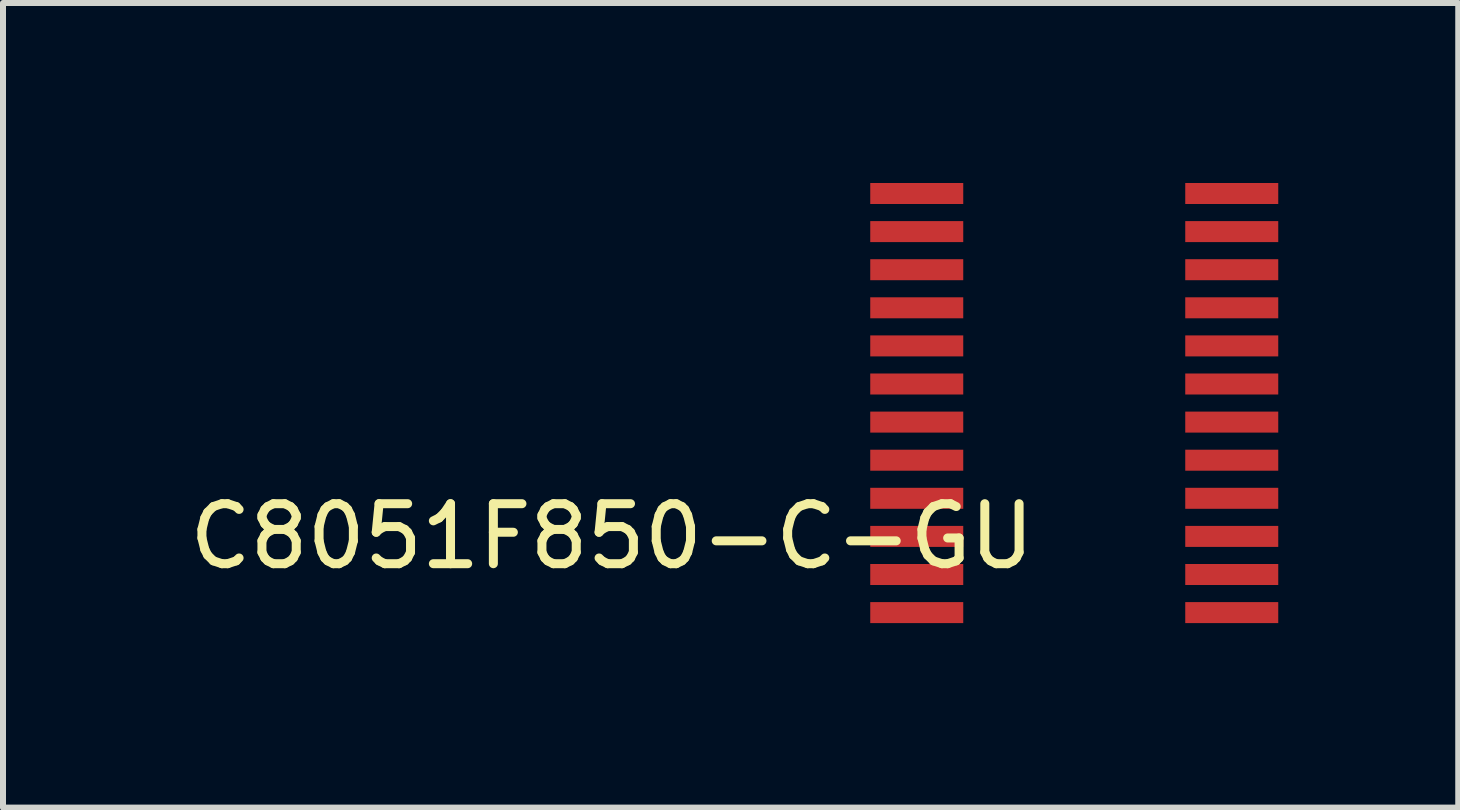
<source format=kicad_pcb>
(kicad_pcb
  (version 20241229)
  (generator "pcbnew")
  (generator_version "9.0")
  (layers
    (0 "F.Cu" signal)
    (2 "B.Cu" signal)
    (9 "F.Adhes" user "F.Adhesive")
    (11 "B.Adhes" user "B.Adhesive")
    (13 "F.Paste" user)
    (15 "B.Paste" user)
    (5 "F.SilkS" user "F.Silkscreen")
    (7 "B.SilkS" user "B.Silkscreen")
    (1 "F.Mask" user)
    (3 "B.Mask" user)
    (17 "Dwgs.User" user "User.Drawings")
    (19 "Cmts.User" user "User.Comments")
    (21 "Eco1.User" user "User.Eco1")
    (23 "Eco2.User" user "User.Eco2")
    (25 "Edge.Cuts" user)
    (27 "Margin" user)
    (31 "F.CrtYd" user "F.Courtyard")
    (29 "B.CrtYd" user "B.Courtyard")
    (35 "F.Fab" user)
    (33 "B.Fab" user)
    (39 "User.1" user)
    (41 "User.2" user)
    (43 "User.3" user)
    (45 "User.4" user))
  (footprint "C8051F850-C-GU"
    (layer "F.Cu")
    (at 12.229 7.16)
    (property "Reference" "C8051F850-C-GU" (at -5.08 -1.27 0) (layer "F.SilkS") (effects (font (size 1 1) (thickness 0.15))))
    (attr through_hole)
    (pad "1" smd rect (at 0 -6.985) (size 1.55 0.35) (layers "F.Cu" "F.Mask" "F.Paste"))
    (pad "2" smd rect (at 0 -6.35) (size 1.55 0.35) (layers "F.Cu" "F.Mask" "F.Paste"))
    (pad "3" smd rect (at 0 -5.715) (size 1.55 0.35) (layers "F.Cu" "F.Mask" "F.Paste"))
    (pad "4" smd rect (at 0 -5.08) (size 1.55 0.35) (layers "F.Cu" "F.Mask" "F.Paste"))
    (pad "5" smd rect (at 0 -4.445) (size 1.55 0.35) (layers "F.Cu" "F.Mask" "F.Paste"))
    (pad "6" smd rect (at 0 -3.81) (size 1.55 0.35) (layers "F.Cu" "F.Mask" "F.Paste"))
    (pad "7" smd rect (at 0 -3.175) (size 1.55 0.35) (layers "F.Cu" "F.Mask" "F.Paste"))
    (pad "8" smd rect (at 0 -2.54) (size 1.55 0.35) (layers "F.Cu" "F.Mask" "F.Paste"))
    (pad "9" smd rect (at 0 -1.905) (size 1.55 0.35) (layers "F.Cu" "F.Mask" "F.Paste"))
    (pad "10" smd rect (at 0 -1.27) (size 1.55 0.35) (layers "F.Cu" "F.Mask" "F.Paste"))
    (pad "11" smd rect (at 0 -0.635) (size 1.55 0.35) (layers "F.Cu" "F.Mask" "F.Paste"))
    (pad "12" smd rect (at 0 0) (size 1.55 0.35) (layers "F.Cu" "F.Mask" "F.Paste"))
    (pad "13" smd rect (at 5.25 0) (size 1.55 0.35) (layers "F.Cu" "F.Mask" "F.Paste"))
    (pad "14" smd rect (at 5.25 -0.635) (size 1.55 0.35) (layers "F.Cu" "F.Mask" "F.Paste"))
    (pad "15" smd rect (at 5.25 -1.27) (size 1.55 0.35) (layers "F.Cu" "F.Mask" "F.Paste"))
    (pad "16" smd rect (at 5.25 -1.905) (size 1.55 0.35) (layers "F.Cu" "F.Mask" "F.Paste"))
    (pad "17" smd rect (at 5.25 -2.54) (size 1.55 0.35) (layers "F.Cu" "F.Mask" "F.Paste"))
    (pad "18" smd rect (at 5.25 -3.175) (size 1.55 0.35) (layers "F.Cu" "F.Mask" "F.Paste"))
    (pad "19" smd rect (at 5.25 -3.81) (size 1.55 0.35) (layers "F.Cu" "F.Mask" "F.Paste"))
    (pad "20" smd rect (at 5.25 -4.445) (size 1.55 0.35) (layers "F.Cu" "F.Mask" "F.Paste"))
    (pad "21" smd rect (at 5.25 -5.08) (size 1.55 0.35) (layers "F.Cu" "F.Mask" "F.Paste"))
    (pad "22" smd rect (at 5.25 -5.715) (size 1.55 0.35) (layers "F.Cu" "F.Mask" "F.Paste"))
    (pad "23" smd rect (at 5.25 -6.35) (size 1.55 0.35) (layers "F.Cu" "F.Mask" "F.Paste"))
    (pad "24" smd rect (at 5.25 -6.985) (size 1.55 0.35) (layers "F.Cu" "F.Mask" "F.Paste")))
  (gr_rect
    (start -3 -3)
    (end 21.254 10.41)
    (stroke (width 0.1) (type default))
    (fill no)
    (layer "Edge.Cuts")))
</source>
